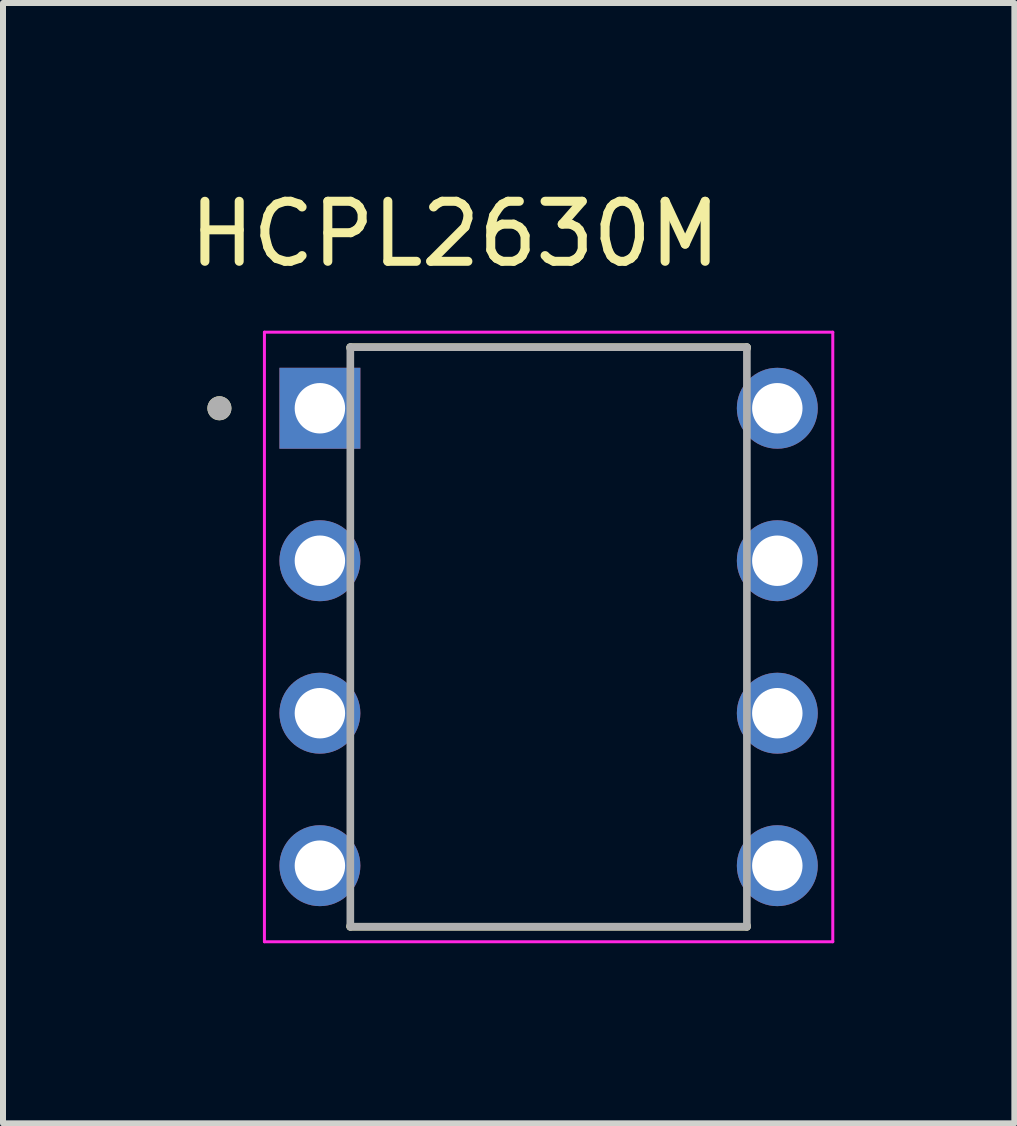
<source format=kicad_pcb>
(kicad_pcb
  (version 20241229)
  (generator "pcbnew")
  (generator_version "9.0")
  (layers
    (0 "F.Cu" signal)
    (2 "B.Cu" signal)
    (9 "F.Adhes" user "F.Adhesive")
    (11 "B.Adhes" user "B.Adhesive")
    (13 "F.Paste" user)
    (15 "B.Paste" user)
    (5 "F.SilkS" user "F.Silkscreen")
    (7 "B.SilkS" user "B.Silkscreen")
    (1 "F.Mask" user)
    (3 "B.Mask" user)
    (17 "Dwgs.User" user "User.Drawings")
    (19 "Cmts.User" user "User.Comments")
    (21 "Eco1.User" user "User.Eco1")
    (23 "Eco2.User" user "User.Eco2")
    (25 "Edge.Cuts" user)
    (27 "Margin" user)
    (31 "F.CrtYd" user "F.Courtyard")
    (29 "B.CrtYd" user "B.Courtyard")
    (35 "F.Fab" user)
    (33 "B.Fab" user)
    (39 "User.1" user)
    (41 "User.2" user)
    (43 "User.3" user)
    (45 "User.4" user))
  (footprint "HCPL2630M"
    (layer "F.Cu")
    (at 6.089 7.561)
    (property "Reference" "HCPL2630M" (at -1.559 -6.713 0) (layer "F.SilkS") (effects (font (size 1 1) (thickness 0.15))))
    (attr through_hole)
    (fp_line (start -3.303 -4.827) (end -3.303 -4.804) (stroke (width 0.127) (type solid)) (layer "F.SilkS"))
    (fp_line (start -3.303 -4.827) (end 3.303 -4.827) (stroke (width 0.127) (type solid)) (layer "F.SilkS"))
    (fp_line (start -3.303 4.827) (end -3.303 4.804) (stroke (width 0.127) (type solid)) (layer "F.SilkS"))
    (fp_line (start -3.303 4.827) (end 3.303 4.827) (stroke (width 0.127) (type solid)) (layer "F.SilkS"))
    (fp_line (start 3.303 -4.827) (end 3.303 -4.804) (stroke (width 0.127) (type solid)) (layer "F.SilkS"))
    (fp_line (start 3.303 4.827) (end 3.303 4.804) (stroke (width 0.127) (type solid)) (layer "F.SilkS"))
    (fp_circle (center -5.484 -3.81) (end -5.384 -3.81) (stroke (width 0.2) (type solid)) (fill no) (layer "F.SilkS"))
    (fp_line (start -4.734 -5.077) (end -4.734 5.077) (stroke (width 0.05) (type solid)) (layer "F.CrtYd"))
    (fp_line (start -4.734 5.077) (end 4.734 5.077) (stroke (width 0.05) (type solid)) (layer "F.CrtYd"))
    (fp_line (start 4.734 -5.077) (end -4.734 -5.077) (stroke (width 0.05) (type solid)) (layer "F.CrtYd"))
    (fp_line (start 4.734 5.077) (end 4.734 -5.077) (stroke (width 0.05) (type solid)) (layer "F.CrtYd"))
    (fp_line (start -3.303 -4.827) (end -3.303 4.827) (stroke (width 0.127) (type solid)) (layer "F.Fab"))
    (fp_line (start -3.303 -4.827) (end 3.303 -4.827) (stroke (width 0.127) (type solid)) (layer "F.Fab"))
    (fp_line (start -3.303 4.827) (end 3.303 4.827) (stroke (width 0.127) (type solid)) (layer "F.Fab"))
    (fp_line (start 3.303 -4.827) (end 3.303 4.827) (stroke (width 0.127) (type solid)) (layer "F.Fab"))
    (fp_circle (center -5.484 -3.81) (end -5.384 -3.81) (stroke (width 0.2) (type solid)) (fill no) (layer "F.Fab"))
    (pad "1" thru_hole rect (at -3.81 -3.81) (size 1.348 1.348) (drill 0.84) (layers "*.Cu" "*.Mask"))
    (pad "2" thru_hole circle (at -3.81 -1.27) (size 1.348 1.348) (drill 0.84) (layers "*.Cu" "*.Mask"))
    (pad "3" thru_hole circle (at -3.81 1.27) (size 1.348 1.348) (drill 0.84) (layers "*.Cu" "*.Mask"))
    (pad "4" thru_hole circle (at -3.81 3.81) (size 1.348 1.348) (drill 0.84) (layers "*.Cu" "*.Mask"))
    (pad "5" thru_hole circle (at 3.81 3.81) (size 1.348 1.348) (drill 0.84) (layers "*.Cu" "*.Mask"))
    (pad "6" thru_hole circle (at 3.81 1.27) (size 1.348 1.348) (drill 0.84) (layers "*.Cu" "*.Mask"))
    (pad "7" thru_hole circle (at 3.81 -1.27) (size 1.348 1.348) (drill 0.84) (layers "*.Cu" "*.Mask"))
    (pad "8" thru_hole circle (at 3.81 -3.81) (size 1.348 1.348) (drill 0.84) (layers "*.Cu" "*.Mask")))
  (gr_rect
    (start -3 -3)
    (end 13.848 15.663)
    (stroke (width 0.1) (type default))
    (fill no)
    (layer "Edge.Cuts")))
</source>
